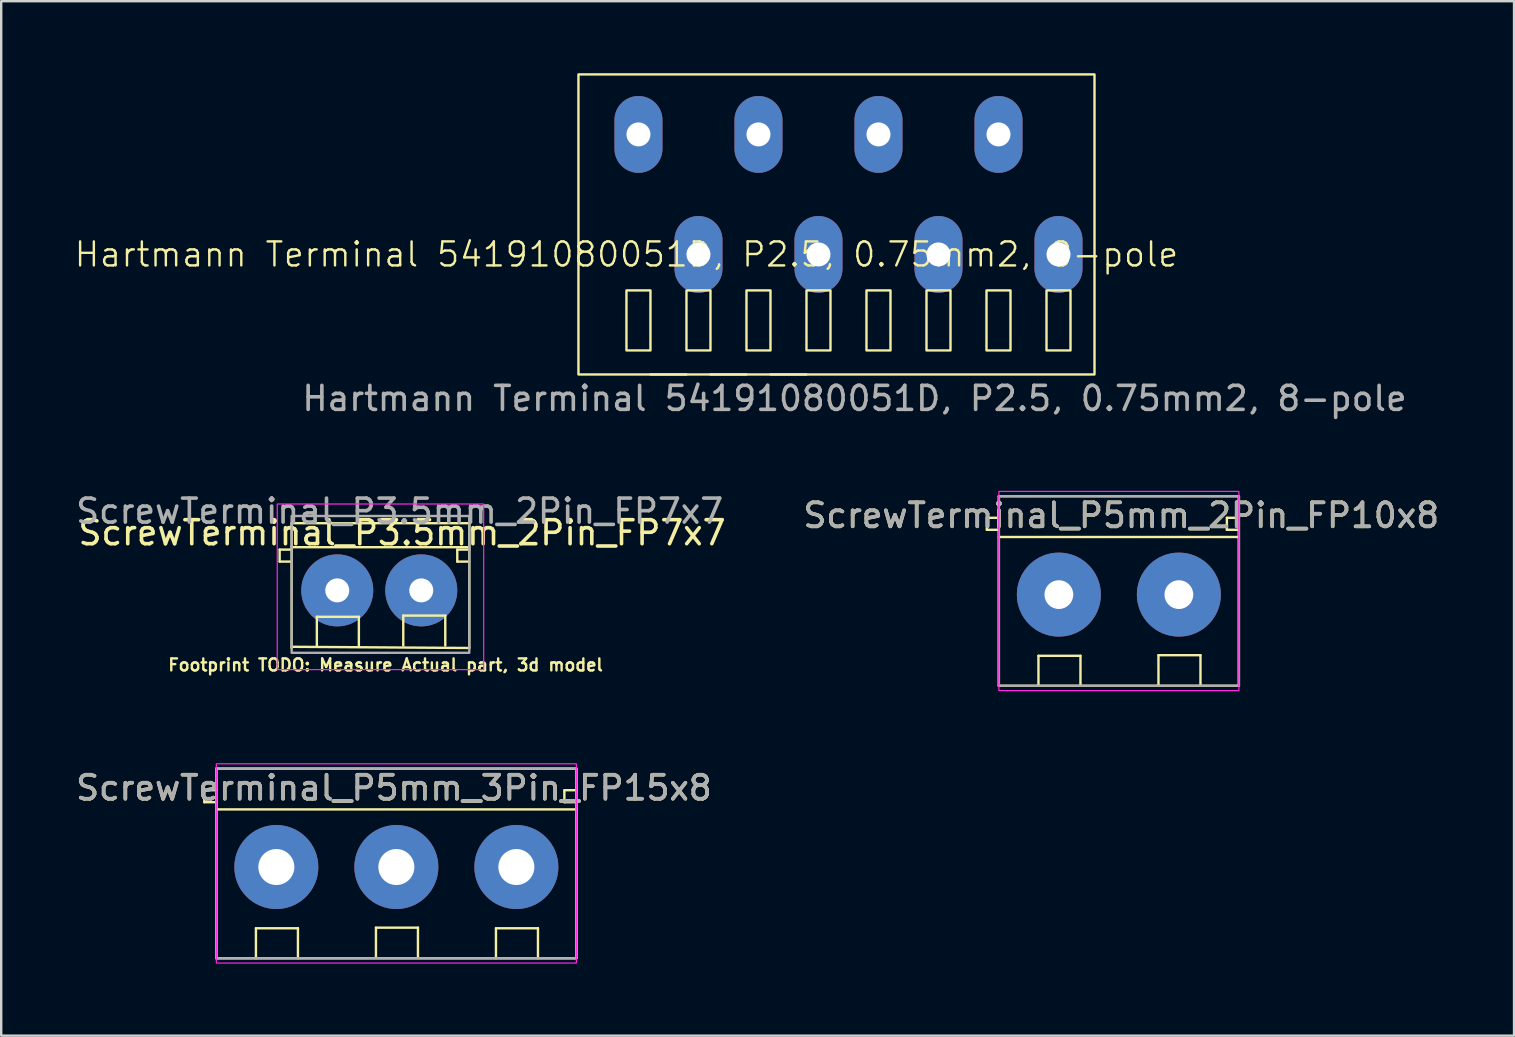
<source format=kicad_pcb>
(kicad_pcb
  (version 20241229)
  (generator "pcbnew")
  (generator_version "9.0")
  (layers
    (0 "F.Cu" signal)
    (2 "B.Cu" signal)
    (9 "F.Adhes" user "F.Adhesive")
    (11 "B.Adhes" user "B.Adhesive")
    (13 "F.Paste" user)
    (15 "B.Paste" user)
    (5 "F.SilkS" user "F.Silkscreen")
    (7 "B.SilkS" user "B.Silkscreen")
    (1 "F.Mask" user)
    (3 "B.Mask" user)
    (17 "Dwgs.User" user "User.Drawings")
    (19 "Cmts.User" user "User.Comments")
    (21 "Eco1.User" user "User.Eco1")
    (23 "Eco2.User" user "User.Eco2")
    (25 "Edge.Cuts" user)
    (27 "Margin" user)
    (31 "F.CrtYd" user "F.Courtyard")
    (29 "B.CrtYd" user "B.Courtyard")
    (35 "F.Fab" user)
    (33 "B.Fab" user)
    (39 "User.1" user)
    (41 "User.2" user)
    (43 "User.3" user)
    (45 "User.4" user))
  (footprint "ScrewTerminal_P5mm_2Pin_FP10x8"
    (layer "F.Cu")
    (at 41.065 21.723)
    (property "Reference" "ScrewTerminal_P5mm_2Pin_FP10x8" (at 2.6 -3.3 0) (layer "F.SilkS") (effects (font (size 1 1) (thickness 0.15))))
    (attr through_hole)
    (fp_line (start -3 -3.2) (end -3 -2.7) (stroke (width 0.1) (type default)) (layer "F.SilkS"))
    (fp_line (start -3 -2.7) (end -2.5 -2.7) (stroke (width 0.1) (type default)) (layer "F.SilkS"))
    (fp_line (start -2.5 -4.1) (end -2.5 3.8) (stroke (width 0.1) (type default)) (layer "F.SilkS"))
    (fp_line (start -2.5 -3.2) (end -3 -3.2) (stroke (width 0.1) (type default)) (layer "F.SilkS"))
    (fp_line (start -2.5 -2.4) (end 7.5 -2.4) (stroke (width 0.1) (type default)) (layer "F.SilkS"))
    (fp_line (start -2.5 3.8) (end 7.5 3.8) (stroke (width 0.1) (type default)) (layer "F.SilkS"))
    (fp_line (start -0.85 2.55) (end 0.9 2.55) (stroke (width 0.1) (type default)) (layer "F.SilkS"))
    (fp_line (start -0.85 3.8) (end -0.85 2.55) (stroke (width 0.1) (type default)) (layer "F.SilkS"))
    (fp_line (start 0.9 2.55) (end 0.9 3.8) (stroke (width 0.1) (type default)) (layer "F.SilkS"))
    (fp_line (start 4.15 2.525) (end 5.9 2.525) (stroke (width 0.1) (type default)) (layer "F.SilkS"))
    (fp_line (start 4.15 3.775) (end 4.15 2.525) (stroke (width 0.1) (type default)) (layer "F.SilkS"))
    (fp_line (start 5.9 2.525) (end 5.9 3.775) (stroke (width 0.1) (type default)) (layer "F.SilkS"))
    (fp_line (start 7 -3.2) (end 7 -2.7) (stroke (width 0.1) (type default)) (layer "F.SilkS"))
    (fp_line (start 7 -2.7) (end 7.5 -2.7) (stroke (width 0.1) (type default)) (layer "F.SilkS"))
    (fp_line (start 7.5 -4.1) (end -2.5 -4.1) (stroke (width 0.1) (type default)) (layer "F.SilkS"))
    (fp_line (start 7.5 -3.2) (end 7 -3.2) (stroke (width 0.1) (type default)) (layer "F.SilkS"))
    (fp_line (start 7.5 3.8) (end 7.5 -4.1) (stroke (width 0.1) (type default)) (layer "F.SilkS"))
    (fp_rect (start -2.5 -4.3) (end 7.5 4) (stroke (width 0.05) (type default)) (fill no) (layer "F.CrtYd"))
    (fp_rect (start -2.5 -4.1) (end 7.5 3.8) (stroke (width 0.1) (type default)) (fill no) (layer "F.Fab"))
    (fp_text user "${REFERENCE}" (at 2.6 -3.3 0) (layer "F.Fab") (effects (font (size 1 1) (thickness 0.15))))
    (pad "1" thru_hole circle (at 0 0) (size 3.5 3.5) (drill 1.2) (layers "*.Cu" "*.Mask"))
    (pad "2" thru_hole circle (at 5 0) (size 3.5 3.5) (drill 1.2) (layers "*.Cu" "*.Mask")))
  (footprint "ScrewTerminal_P3.5mm_2Pin_FP7x7"
    (layer "F.Cu")
    (at 11.001 21.547)
    (property "Reference" "ScrewTerminal_P3.5mm_2Pin_FP7x7" (at 2.7 -2.4 0) (layer "F.SilkS") (effects (font (size 1 1) (thickness 0.15))))
    (attr through_hole)
    (fp_line (start -2.4 -1.7) (end -2.4 -1.2) (stroke (width 0.1) (type default)) (layer "F.SilkS"))
    (fp_line (start -2.4 -1.2) (end -1.9 -1.2) (stroke (width 0.1) (type default)) (layer "F.SilkS"))
    (fp_line (start -1.9 -2.8) (end -1.9 2.4) (stroke (width 0.1) (type default)) (layer "F.SilkS"))
    (fp_line (start -1.9 -1.8) (end 5.5 -1.8) (stroke (width 0.1) (type default)) (layer "F.SilkS"))
    (fp_line (start -1.9 -1.7) (end -2.4 -1.7) (stroke (width 0.1) (type default)) (layer "F.SilkS"))
    (fp_line (start -1.9 2.35) (end 5.5 2.4) (stroke (width 0.1) (type default)) (layer "F.SilkS"))
    (fp_line (start -0.85 1.1) (end 0.9 1.1) (stroke (width 0.1) (type default)) (layer "F.SilkS"))
    (fp_line (start -0.85 2.35) (end -0.85 1.1) (stroke (width 0.1) (type default)) (layer "F.SilkS"))
    (fp_line (start 0.9 1.1) (end 0.9 2.35) (stroke (width 0.1) (type default)) (layer "F.SilkS"))
    (fp_line (start 2.75 1.05) (end 4.5 1.05) (stroke (width 0.1) (type default)) (layer "F.SilkS"))
    (fp_line (start 2.75 2.3) (end 2.75 1.05) (stroke (width 0.1) (type default)) (layer "F.SilkS"))
    (fp_line (start 4.5 1.05) (end 4.5 2.3) (stroke (width 0.1) (type default)) (layer "F.SilkS"))
    (fp_line (start 5 -1.7) (end 5 -1.2) (stroke (width 0.1) (type default)) (layer "F.SilkS"))
    (fp_line (start 5 -1.2) (end 5.5 -1.2) (stroke (width 0.1) (type default)) (layer "F.SilkS"))
    (fp_line (start 5.5 -2.8) (end -1.9 -2.8) (stroke (width 0.1) (type default)) (layer "F.SilkS"))
    (fp_line (start 5.5 -1.7) (end 5 -1.7) (stroke (width 0.1) (type default)) (layer "F.SilkS"))
    (fp_line (start 5.5 2.4) (end 5.5 -2.8) (stroke (width 0.1) (type default)) (layer "F.SilkS"))
    (fp_rect (start -2.5 -3.6) (end 6.1 3.3) (stroke (width 0.05) (type default)) (fill no) (layer "F.CrtYd"))
    (fp_rect (start -1.9 -3.1) (end 5.5 2.6) (stroke (width 0.1) (type default)) (fill no) (layer "F.Fab"))
    (fp_text user "Footprint TODO: Measure Actual part, 3d model" (at -7.1 3.4 0) (unlocked yes) (layer "F.SilkS") (effects (font (size 0.5 0.5) (thickness 0.1)) (justify left bottom)))
    (fp_text user "${REFERENCE}" (at 2.6 -3.3 0) (layer "F.Fab") (effects (font (size 1 1) (thickness 0.15))))
    (pad "1" thru_hole circle (at 0 0) (size 3 3) (drill 1) (layers "*.Cu" "*.Mask"))
    (pad "2" thru_hole circle (at 3.5 0) (size 3 3) (drill 1) (layers "*.Cu" "*.Mask")))
  (footprint "Hartmann Terminal 54191080051D, P2.5, 0.75mm2, 8-pole"
    (layer "F.Cu")
    (at 32.55 6.05)
    (property "Reference" "Hartmann Terminal 54191080051D, P2.5, 0.75mm2, 8-pole" (at -9.5 1.5 0) (unlocked yes) (layer "F.SilkS") (effects (font (size 1 1) (thickness 0.1))))
    (attr through_hole)
    (fp_line (start -8.5 6.5) (end -7 6.5) (stroke (width 0.1) (type default)) (layer "F.SilkS"))
    (fp_line (start -6 6.5) (end -4.5 6.5) (stroke (width 0.1) (type default)) (layer "F.SilkS"))
    (fp_line (start -3.5 6.5) (end -2 6.5) (stroke (width 0.1) (type default)) (layer "F.SilkS"))
    (fp_rect (start -11.5 -6) (end 10 6.5) (stroke (width 0.1) (type default)) (fill no) (layer "F.SilkS"))
    (fp_rect (start -9.5 3) (end -8.5 5.5) (stroke (width 0.1) (type default)) (fill no) (layer "F.SilkS"))
    (fp_rect (start -7 3) (end -6 5.5) (stroke (width 0.1) (type default)) (fill no) (layer "F.SilkS"))
    (fp_rect (start -4.5 3) (end -3.5 5.5) (stroke (width 0.1) (type default)) (fill no) (layer "F.SilkS"))
    (fp_rect (start -2 3) (end -1 5.5) (stroke (width 0.1) (type default)) (fill no) (layer "F.SilkS"))
    (fp_rect (start 0.5 3) (end 1.5 5.5) (stroke (width 0.1) (type default)) (fill no) (layer "F.SilkS"))
    (fp_rect (start 3 3) (end 4 5.5) (stroke (width 0.1) (type default)) (fill no) (layer "F.SilkS"))
    (fp_rect (start 5.5 3) (end 6.5 5.5) (stroke (width 0.1) (type default)) (fill no) (layer "F.SilkS"))
    (fp_rect (start 8 3) (end 9 5.5) (stroke (width 0.1) (type default)) (fill no) (layer "F.SilkS"))
    (fp_text user "${REFERENCE}" (at 0 7.5 0) (unlocked yes) (layer "F.Fab") (effects (font (size 1 1) (thickness 0.15))))
    (pad "1" thru_hole oval (at -9 -3.5) (size 2 3.2) (drill 1) (layers "*.Cu" "*.Mask"))
    (pad "2" thru_hole oval (at -6.5 1.5) (size 2 3.2) (drill 1) (layers "*.Cu" "*.Mask"))
    (pad "3" thru_hole oval (at -4 -3.5) (size 2 3.2) (drill 1) (layers "*.Cu" "*.Mask"))
    (pad "4" thru_hole oval (at -1.5 1.5) (size 2 3.2) (drill 1) (layers "*.Cu" "*.Mask"))
    (pad "5" thru_hole oval (at 1 -3.5) (size 2 3.2) (drill 1) (layers "*.Cu" "*.Mask"))
    (pad "6" thru_hole oval (at 3.5 1.5) (size 2 3.2) (drill 1) (layers "*.Cu" "*.Mask"))
    (pad "7" thru_hole oval (at 6 -3.5) (size 2 3.2) (drill 1) (layers "*.Cu" "*.Mask"))
    (pad "8" thru_hole oval (at 8.5 1.5) (size 2 3.2) (drill 1) (layers "*.Cu" "*.Mask")))
  (footprint "ScrewTerminal_P5mm_3Pin_FP15x8"
    (layer "F.Cu")
    (at 8.463 33.073)
    (property "Reference" "ScrewTerminal_P5mm_3Pin_FP15x8" (at 4.9 -3.3 0) (layer "F.SilkS") (effects (font (size 1 1) (thickness 0.15))))
    (attr through_hole)
    (fp_line (start -3 -3.2) (end -3 -2.7) (stroke (width 0.1) (type default)) (layer "F.SilkS"))
    (fp_line (start -3 -2.7) (end -2.5 -2.7) (stroke (width 0.1) (type default)) (layer "F.SilkS"))
    (fp_line (start -2.5 -4.1) (end -2.5 3.8) (stroke (width 0.1) (type default)) (layer "F.SilkS"))
    (fp_line (start -2.5 -3.2) (end -3 -3.2) (stroke (width 0.1) (type default)) (layer "F.SilkS"))
    (fp_line (start -2.5 -2.4) (end 12.5 -2.4) (stroke (width 0.1) (type default)) (layer "F.SilkS"))
    (fp_line (start -2.5 3.8) (end 12.5 3.8) (stroke (width 0.1) (type default)) (layer "F.SilkS"))
    (fp_line (start -0.85 2.55) (end 0.9 2.55) (stroke (width 0.1) (type default)) (layer "F.SilkS"))
    (fp_line (start -0.85 3.8) (end -0.85 2.55) (stroke (width 0.1) (type default)) (layer "F.SilkS"))
    (fp_line (start 0.9 2.55) (end 0.9 3.8) (stroke (width 0.1) (type default)) (layer "F.SilkS"))
    (fp_line (start 4.15 2.525) (end 5.9 2.525) (stroke (width 0.1) (type default)) (layer "F.SilkS"))
    (fp_line (start 4.15 3.775) (end 4.15 2.525) (stroke (width 0.1) (type default)) (layer "F.SilkS"))
    (fp_line (start 5.9 2.525) (end 5.9 3.775) (stroke (width 0.1) (type default)) (layer "F.SilkS"))
    (fp_line (start 9.15 2.55) (end 10.9 2.55) (stroke (width 0.1) (type default)) (layer "F.SilkS"))
    (fp_line (start 9.15 3.8) (end 9.15 2.55) (stroke (width 0.1) (type default)) (layer "F.SilkS"))
    (fp_line (start 10.9 2.55) (end 10.9 3.8) (stroke (width 0.1) (type default)) (layer "F.SilkS"))
    (fp_line (start 12 -3.2) (end 12 -2.7) (stroke (width 0.1) (type default)) (layer "F.SilkS"))
    (fp_line (start 12 -2.7) (end 12.5 -2.7) (stroke (width 0.1) (type default)) (layer "F.SilkS"))
    (fp_line (start 12.5 -4.1) (end -2.5 -4.1) (stroke (width 0.1) (type default)) (layer "F.SilkS"))
    (fp_line (start 12.5 -3.2) (end 12 -3.2) (stroke (width 0.1) (type default)) (layer "F.SilkS"))
    (fp_line (start 12.5 3.8) (end 12.5 -4.1) (stroke (width 0.1) (type default)) (layer "F.SilkS"))
    (fp_rect (start -2.5 -4.3) (end 12.5 4) (stroke (width 0.05) (type default)) (fill no) (layer "F.CrtYd"))
    (fp_rect (start -2.5 -4.1) (end 12.5 3.8) (stroke (width 0.1) (type default)) (fill no) (layer "F.Fab"))
    (fp_text user "${REFERENCE}" (at 4.9 -3.3 0) (layer "F.Fab") (effects (font (size 1 1) (thickness 0.15))))
    (pad "1" thru_hole circle (at 0 0) (size 3.5 3.5) (drill 1.5) (layers "*.Cu" "*.Mask"))
    (pad "2" thru_hole circle (at 5 0) (size 3.5 3.5) (drill 1.5) (layers "*.Cu" "*.Mask"))
    (pad "3" thru_hole circle (at 10 0) (size 3.5 3.5) (drill 1.5) (layers "*.Cu" "*.Mask")))
  (gr_rect
    (start -3 -3)
    (end 60.029 40.098)
    (stroke (width 0.1) (type default))
    (fill no)
    (layer "Edge.Cuts")))
</source>
